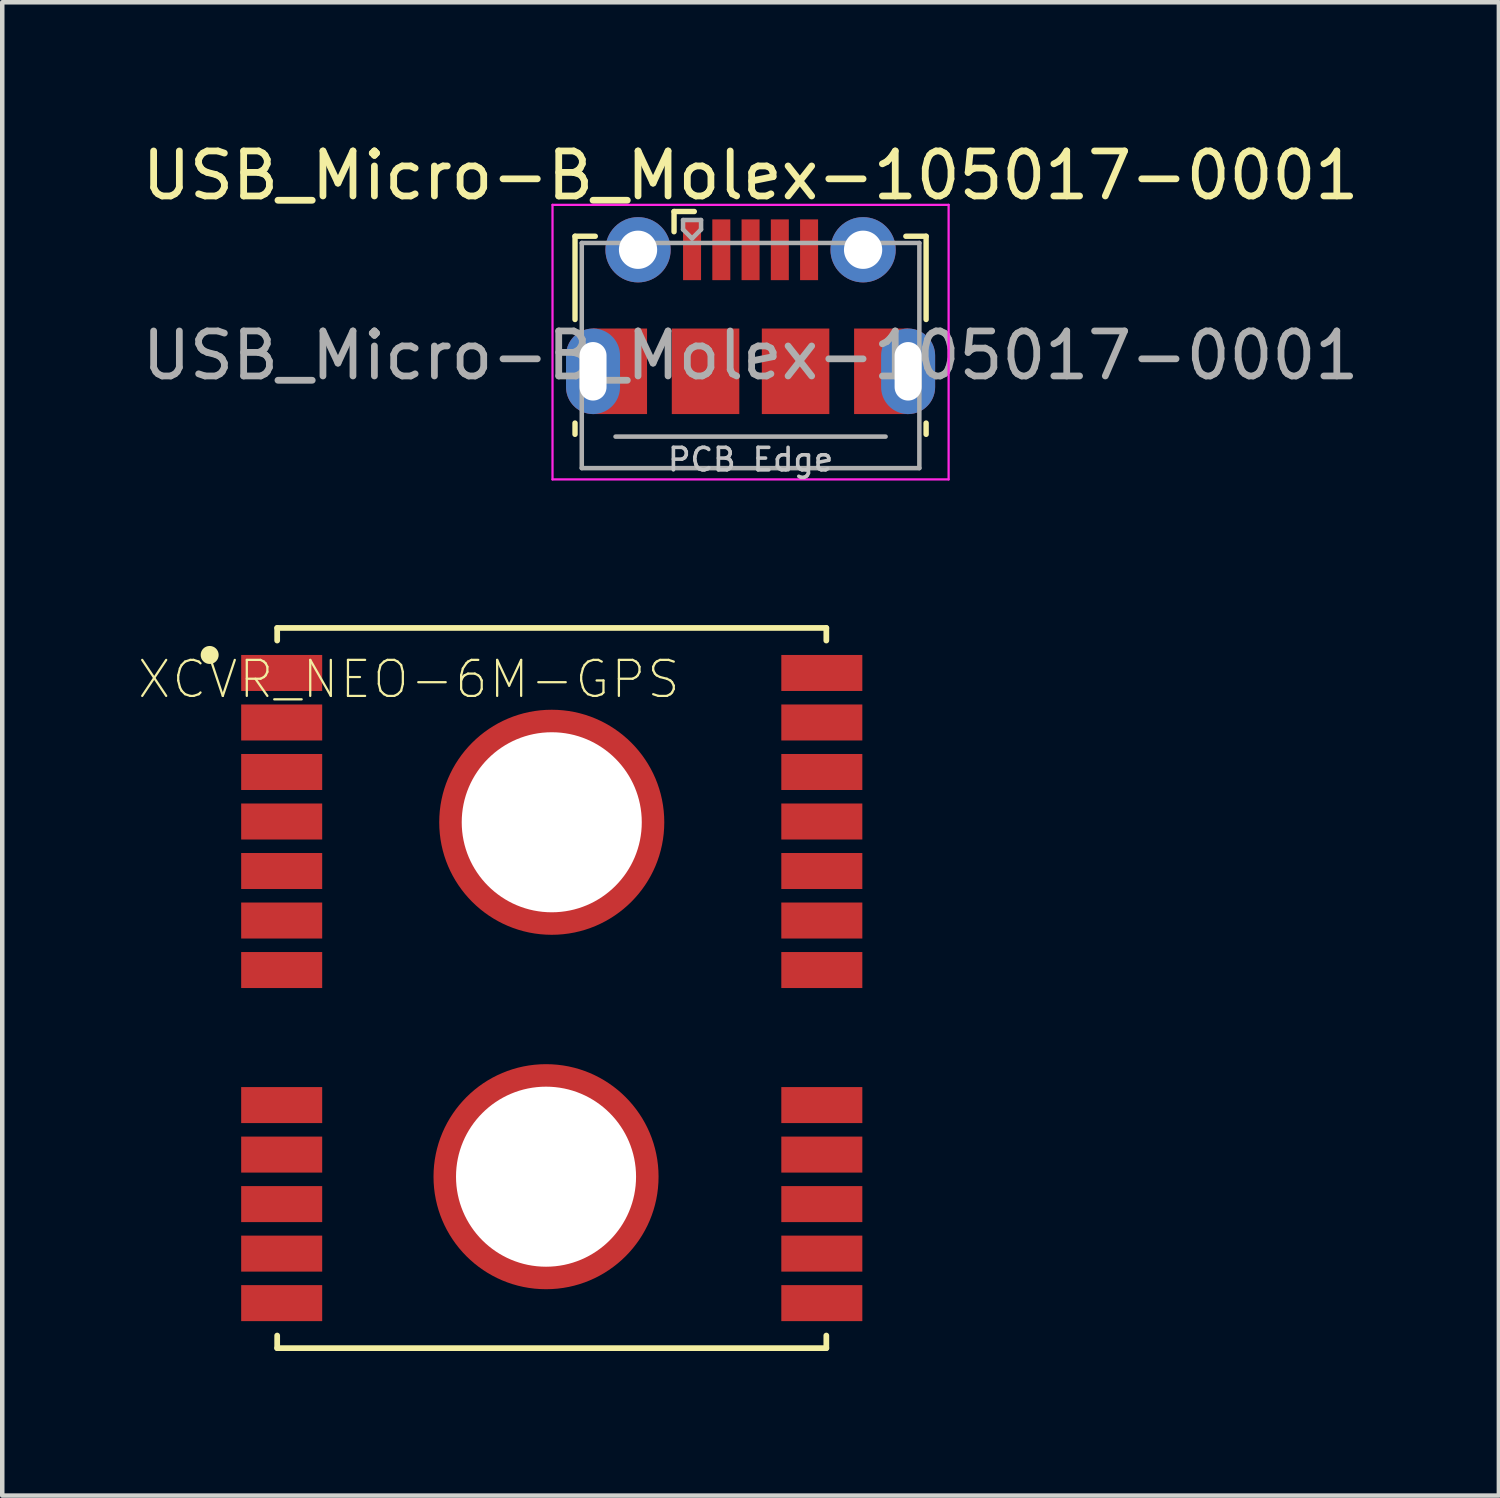
<source format=kicad_pcb>
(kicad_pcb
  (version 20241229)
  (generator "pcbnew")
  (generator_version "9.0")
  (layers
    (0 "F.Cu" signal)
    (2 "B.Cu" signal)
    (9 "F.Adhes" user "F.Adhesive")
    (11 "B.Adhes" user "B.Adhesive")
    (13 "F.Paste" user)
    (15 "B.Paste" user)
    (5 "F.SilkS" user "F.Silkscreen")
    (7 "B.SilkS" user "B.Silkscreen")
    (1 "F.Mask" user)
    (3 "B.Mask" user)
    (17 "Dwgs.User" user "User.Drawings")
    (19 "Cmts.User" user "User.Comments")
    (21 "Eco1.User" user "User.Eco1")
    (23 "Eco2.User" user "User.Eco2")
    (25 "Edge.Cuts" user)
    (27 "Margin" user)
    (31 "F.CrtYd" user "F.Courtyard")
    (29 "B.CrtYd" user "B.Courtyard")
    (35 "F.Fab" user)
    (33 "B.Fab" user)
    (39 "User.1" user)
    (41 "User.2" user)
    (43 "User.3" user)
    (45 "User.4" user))
  (footprint "XCVR_NEO-6M-GPS"
    (layer "F.Cu")
    (at 9.208 18.901)
    (property "Reference" "XCVR_NEO-6M-GPS" (at -3.175 -6.858 180) (layer "F.SilkS") (effects (font (size 0.8 0.8) (thickness 0.05))))
    (attr smd)
    (fp_line (start -6.1 -8) (end 6.1 -8) (stroke (width 0.127) (type solid)) (layer "F.SilkS"))
    (fp_line (start -6.1 -7.72) (end -6.1 -8) (stroke (width 0.127) (type solid)) (layer "F.SilkS"))
    (fp_line (start -6.1 7.72) (end -6.1 8) (stroke (width 0.127) (type solid)) (layer "F.SilkS"))
    (fp_line (start -6.1 8) (end 6.1 8) (stroke (width 0.127) (type solid)) (layer "F.SilkS"))
    (fp_line (start 6.1 -8) (end 6.1 -7.72) (stroke (width 0.127) (type solid)) (layer "F.SilkS"))
    (fp_line (start 6.1 8) (end 6.1 7.72) (stroke (width 0.127) (type solid)) (layer "F.SilkS"))
    (fp_circle (center -7.6 -7.4) (end -7.5 -7.4) (stroke (width 0.2) (type solid)) (fill no) (layer "F.SilkS"))
    (fp_poly (pts (xy -7.3 -6.6) (xy -6.1 -6.6) (xy -6.1 -6.7) (xy -5.2 -6.7) (xy -5.2 -7.3) (xy -6.1 -7.3) (xy -6.1 -7.4) (xy -7.3 -7.4)) (stroke (width 0.0001) (type solid)) (fill yes) (layer "F.Paste"))
    (fp_poly (pts (xy -7.3 -5.5) (xy -6.1 -5.5) (xy -6.1 -5.6) (xy -5.2 -5.6) (xy -5.2 -6.2) (xy -6.1 -6.2) (xy -6.1 -6.3) (xy -7.3 -6.3)) (stroke (width 0.0001) (type solid)) (fill yes) (layer "F.Paste"))
    (fp_poly (pts (xy -7.3 -4.4) (xy -6.1 -4.4) (xy -6.1 -4.5) (xy -5.2 -4.5) (xy -5.2 -5.1) (xy -6.1 -5.1) (xy -6.1 -5.2) (xy -7.3 -5.2)) (stroke (width 0.0001) (type solid)) (fill yes) (layer "F.Paste"))
    (fp_poly (pts (xy -7.3 -3.3) (xy -6.1 -3.3) (xy -6.1 -3.4) (xy -5.2 -3.4) (xy -5.2 -4) (xy -6.1 -4) (xy -6.1 -4.1) (xy -7.3 -4.1)) (stroke (width 0.0001) (type solid)) (fill yes) (layer "F.Paste"))
    (fp_poly (pts (xy -7.3 -2.2) (xy -6.1 -2.2) (xy -6.1 -2.3) (xy -5.2 -2.3) (xy -5.2 -2.9) (xy -6.1 -2.9) (xy -6.1 -3) (xy -7.3 -3)) (stroke (width 0.0001) (type solid)) (fill yes) (layer "F.Paste"))
    (fp_poly (pts (xy -7.3 -1.1) (xy -6.1 -1.1) (xy -6.1 -1.2) (xy -5.2 -1.2) (xy -5.2 -1.8) (xy -6.1 -1.8) (xy -6.1 -1.9) (xy -7.3 -1.9)) (stroke (width 0.0001) (type solid)) (fill yes) (layer "F.Paste"))
    (fp_poly (pts (xy -7.3 0) (xy -6.1 0) (xy -6.1 -0.1) (xy -5.2 -0.1) (xy -5.2 -0.7) (xy -6.1 -0.7) (xy -6.1 -0.8) (xy -7.3 -0.8)) (stroke (width 0.0001) (type solid)) (fill yes) (layer "F.Paste"))
    (fp_poly (pts (xy -7.3 2.2) (xy -6.1 2.2) (xy -6.1 2.3) (xy -5.2 2.3) (xy -5.2 2.9) (xy -6.1 2.9) (xy -6.1 3) (xy -7.3 3)) (stroke (width 0.0001) (type solid)) (fill yes) (layer "F.Paste"))
    (fp_poly (pts (xy -7.3 3.3) (xy -6.1 3.3) (xy -6.1 3.4) (xy -5.2 3.4) (xy -5.2 4) (xy -6.1 4) (xy -6.1 4.1) (xy -7.3 4.1)) (stroke (width 0.0001) (type solid)) (fill yes) (layer "F.Paste"))
    (fp_poly (pts (xy -7.3 4.4) (xy -6.1 4.4) (xy -6.1 4.5) (xy -5.2 4.5) (xy -5.2 5.1) (xy -6.1 5.1) (xy -6.1 5.2) (xy -7.3 5.2)) (stroke (width 0.0001) (type solid)) (fill yes) (layer "F.Paste"))
    (fp_poly (pts (xy -7.3 5.5) (xy -6.1 5.5) (xy -6.1 5.6) (xy -5.2 5.6) (xy -5.2 6.2) (xy -6.1 6.2) (xy -6.1 6.3) (xy -7.3 6.3)) (stroke (width 0.0001) (type solid)) (fill yes) (layer "F.Paste"))
    (fp_poly (pts (xy -7.3 6.6) (xy -6.1 6.6) (xy -6.1 6.7) (xy -5.2 6.7) (xy -5.2 7.3) (xy -6.1 7.3) (xy -6.1 7.4) (xy -7.3 7.4)) (stroke (width 0.0001) (type solid)) (fill yes) (layer "F.Paste"))
    (fp_poly (pts (xy 7.3 -6.6) (xy 6.1 -6.6) (xy 6.1 -6.7) (xy 5.2 -6.7) (xy 5.2 -7.3) (xy 6.1 -7.3) (xy 6.1 -7.4) (xy 7.3 -7.4)) (stroke (width 0.0001) (type solid)) (fill yes) (layer "F.Paste"))
    (fp_poly (pts (xy 7.3 -5.5) (xy 6.1 -5.5) (xy 6.1 -5.6) (xy 5.2 -5.6) (xy 5.2 -6.2) (xy 6.1 -6.2) (xy 6.1 -6.3) (xy 7.3 -6.3)) (stroke (width 0.0001) (type solid)) (fill yes) (layer "F.Paste"))
    (fp_poly (pts (xy 7.3 -4.4) (xy 6.1 -4.4) (xy 6.1 -4.5) (xy 5.2 -4.5) (xy 5.2 -5.1) (xy 6.1 -5.1) (xy 6.1 -5.2) (xy 7.3 -5.2)) (stroke (width 0.0001) (type solid)) (fill yes) (layer "F.Paste"))
    (fp_poly (pts (xy 7.3 -3.3) (xy 6.1 -3.3) (xy 6.1 -3.4) (xy 5.2 -3.4) (xy 5.2 -4) (xy 6.1 -4) (xy 6.1 -4.1) (xy 7.3 -4.1)) (stroke (width 0.0001) (type solid)) (fill yes) (layer "F.Paste"))
    (fp_poly (pts (xy 7.3 -2.2) (xy 6.1 -2.2) (xy 6.1 -2.3) (xy 5.2 -2.3) (xy 5.2 -2.9) (xy 6.1 -2.9) (xy 6.1 -3) (xy 7.3 -3)) (stroke (width 0.0001) (type solid)) (fill yes) (layer "F.Paste"))
    (fp_poly (pts (xy 7.3 -1.1) (xy 6.1 -1.1) (xy 6.1 -1.2) (xy 5.2 -1.2) (xy 5.2 -1.8) (xy 6.1 -1.8) (xy 6.1 -1.9) (xy 7.3 -1.9)) (stroke (width 0.0001) (type solid)) (fill yes) (layer "F.Paste"))
    (fp_poly (pts (xy 7.3 0) (xy 6.1 0) (xy 6.1 -0.1) (xy 5.2 -0.1) (xy 5.2 -0.7) (xy 6.1 -0.7) (xy 6.1 -0.8) (xy 7.3 -0.8)) (stroke (width 0.0001) (type solid)) (fill yes) (layer "F.Paste"))
    (fp_poly (pts (xy 7.3 2.2) (xy 6.1 2.2) (xy 6.1 2.3) (xy 5.2 2.3) (xy 5.2 2.9) (xy 6.1 2.9) (xy 6.1 3) (xy 7.3 3)) (stroke (width 0.0001) (type solid)) (fill yes) (layer "F.Paste"))
    (fp_poly (pts (xy 7.3 3.3) (xy 6.1 3.3) (xy 6.1 3.4) (xy 5.2 3.4) (xy 5.2 4) (xy 6.1 4) (xy 6.1 4.1) (xy 7.3 4.1)) (stroke (width 0.0001) (type solid)) (fill yes) (layer "F.Paste"))
    (fp_poly (pts (xy 7.3 4.4) (xy 6.1 4.4) (xy 6.1 4.5) (xy 5.2 4.5) (xy 5.2 5.1) (xy 6.1 5.1) (xy 6.1 5.2) (xy 7.3 5.2)) (stroke (width 0.0001) (type solid)) (fill yes) (layer "F.Paste"))
    (fp_poly (pts (xy 7.3 5.5) (xy 6.1 5.5) (xy 6.1 5.6) (xy 5.2 5.6) (xy 5.2 6.2) (xy 6.1 6.2) (xy 6.1 6.3) (xy 7.3 6.3)) (stroke (width 0.0001) (type solid)) (fill yes) (layer "F.Paste"))
    (fp_poly (pts (xy 7.3 6.6) (xy 6.1 6.6) (xy 6.1 6.7) (xy 5.2 6.7) (xy 5.2 7.3) (xy 6.1 7.3) (xy 6.1 7.4) (xy 7.3 7.4)) (stroke (width 0.0001) (type solid)) (fill yes) (layer "F.Paste"))
    (fp_line (start -7.15 -8.25) (end 7.15 -8.25) (stroke (width 0.05) (type solid)) (layer "Eco1.User"))
    (fp_line (start -7.15 8.25) (end -7.15 -8.25) (stroke (width 0.05) (type solid)) (layer "Eco1.User"))
    (fp_line (start 7.15 -8.25) (end 7.15 8.25) (stroke (width 0.05) (type solid)) (layer "Eco1.User"))
    (fp_line (start 7.15 8.25) (end -7.15 8.25) (stroke (width 0.05) (type solid)) (layer "Eco1.User"))
    (fp_line (start -6.1 -8) (end 6.1 -8) (stroke (width 0.127) (type solid)) (layer "Eco2.User"))
    (fp_line (start -6.1 8) (end -6.1 -8) (stroke (width 0.127) (type solid)) (layer "Eco2.User"))
    (fp_line (start 6.1 -8) (end 6.1 8) (stroke (width 0.127) (type solid)) (layer "Eco2.User"))
    (fp_line (start 6.1 8) (end -6.1 8) (stroke (width 0.127) (type solid)) (layer "Eco2.User"))
    (fp_circle (center -7.6 -7.4) (end -7.5 -7.4) (stroke (width 0.2) (type solid)) (fill no) (layer "Eco2.User"))
    (pad "" np_thru_hole circle (at -0.127 4.191) (size 5 5) (drill 4) (layers "*.Mask" "F.Cu"))
    (pad "" np_thru_hole circle (at 0 -3.683) (size 5 5) (drill 4) (layers "*.Mask" "F.Cu"))
    (pad "1" smd rect (at -6 -7 180) (size 1.8 0.8) (layers "F.Cu" "F.Mask" "F.Paste"))
    (pad "2" smd rect (at -6 -5.9 180) (size 1.8 0.8) (layers "F.Cu" "F.Mask" "F.Paste"))
    (pad "3" smd rect (at -6 -4.8 180) (size 1.8 0.8) (layers "F.Cu" "F.Mask" "F.Paste"))
    (pad "4" smd rect (at -6 -3.7 180) (size 1.8 0.8) (layers "F.Cu" "F.Mask" "F.Paste"))
    (pad "5" smd rect (at -6 -2.6 180) (size 1.8 0.8) (layers "F.Cu" "F.Mask" "F.Paste"))
    (pad "6" smd rect (at -6 -1.5 180) (size 1.8 0.8) (layers "F.Cu" "F.Mask" "F.Paste"))
    (pad "7" smd rect (at -6 -0.4 180) (size 1.8 0.8) (layers "F.Cu" "F.Mask" "F.Paste"))
    (pad "8" smd rect (at -6 2.6 180) (size 1.8 0.8) (layers "F.Cu" "F.Mask" "F.Paste"))
    (pad "9" smd rect (at -6 3.7 180) (size 1.8 0.8) (layers "F.Cu" "F.Mask" "F.Paste"))
    (pad "10" smd rect (at -6 4.8 180) (size 1.8 0.8) (layers "F.Cu" "F.Mask" "F.Paste"))
    (pad "11" smd rect (at -6 5.9 180) (size 1.8 0.8) (layers "F.Cu" "F.Mask" "F.Paste"))
    (pad "12" smd rect (at -6 7 180) (size 1.8 0.8) (layers "F.Cu" "F.Mask" "F.Paste"))
    (pad "13" smd rect (at 6 7 180) (size 1.8 0.8) (layers "F.Cu" "F.Mask" "F.Paste"))
    (pad "14" smd rect (at 6 5.9 180) (size 1.8 0.8) (layers "F.Cu" "F.Mask" "F.Paste"))
    (pad "15" smd rect (at 6 4.8 180) (size 1.8 0.8) (layers "F.Cu" "F.Mask" "F.Paste"))
    (pad "16" smd rect (at 6 3.7 180) (size 1.8 0.8) (layers "F.Cu" "F.Mask" "F.Paste"))
    (pad "17" smd rect (at 6 2.6 180) (size 1.8 0.8) (layers "F.Cu" "F.Mask" "F.Paste"))
    (pad "18" smd rect (at 6 -0.4 180) (size 1.8 0.8) (layers "F.Cu" "F.Mask" "F.Paste"))
    (pad "19" smd rect (at 6 -1.5 180) (size 1.8 0.8) (layers "F.Cu" "F.Mask" "F.Paste"))
    (pad "20" smd rect (at 6 -2.6 180) (size 1.8 0.8) (layers "F.Cu" "F.Mask" "F.Paste"))
    (pad "21" smd rect (at 6 -3.7 180) (size 1.8 0.8) (layers "F.Cu" "F.Mask" "F.Paste"))
    (pad "22" smd rect (at 6 -4.8 180) (size 1.8 0.8) (layers "F.Cu" "F.Mask" "F.Paste"))
    (pad "23" smd rect (at 6 -5.9 180) (size 1.8 0.8) (layers "F.Cu" "F.Mask" "F.Paste"))
    (pad "24" smd rect (at 6 -7 180) (size 1.8 0.8) (layers "F.Cu" "F.Mask" "F.Paste")))
  (footprint "USB_Micro-B_Molex-105017-0001"
    (layer "F.Cu")
    (at 13.625 3.961)
    (property "Reference" "USB_Micro-B_Molex-105017-0001" (at 0 -3.112 0) (layer "F.SilkS") (effects (font (size 1 1) (thickness 0.15))))
    (attr smd)
    (fp_line (start -3.9 -1.762) (end -3.45 -1.762) (stroke (width 0.12) (type solid)) (layer "F.SilkS"))
    (fp_line (start -3.9 0.087) (end -3.9 -1.762) (stroke (width 0.12) (type solid)) (layer "F.SilkS"))
    (fp_line (start -3.9 2.638) (end -3.9 2.388) (stroke (width 0.12) (type solid)) (layer "F.SilkS"))
    (fp_line (start -1.7 -2.312) (end -1.7 -1.863) (stroke (width 0.12) (type solid)) (layer "F.SilkS"))
    (fp_line (start -1.7 -2.312) (end -1.25 -2.312) (stroke (width 0.12) (type solid)) (layer "F.SilkS"))
    (fp_line (start 3.9 -1.762) (end 3.45 -1.762) (stroke (width 0.12) (type solid)) (layer "F.SilkS"))
    (fp_line (start 3.9 0.087) (end 3.9 -1.762) (stroke (width 0.12) (type solid)) (layer "F.SilkS"))
    (fp_line (start 3.9 2.638) (end 3.9 2.388) (stroke (width 0.12) (type solid)) (layer "F.SilkS"))
    (fp_line (start -4.4 -2.46) (end 4.4 -2.46) (stroke (width 0.05) (type solid)) (layer "F.CrtYd"))
    (fp_line (start -4.4 3.64) (end -4.4 -2.46) (stroke (width 0.05) (type solid)) (layer "F.CrtYd"))
    (fp_line (start -4.4 3.64) (end 4.4 3.64) (stroke (width 0.05) (type solid)) (layer "F.CrtYd"))
    (fp_line (start 4.4 -2.46) (end 4.4 3.64) (stroke (width 0.05) (type solid)) (layer "F.CrtYd"))
    (fp_line (start -3.75 -1.613) (end 3.75 -1.613) (stroke (width 0.1) (type solid)) (layer "F.Fab"))
    (fp_line (start -3.75 3.388) (end -3.75 -1.613) (stroke (width 0.1) (type solid)) (layer "F.Fab"))
    (fp_line (start -3.75 3.389) (end 3.75 3.389) (stroke (width 0.1) (type solid)) (layer "F.Fab"))
    (fp_line (start -3 2.689) (end 3 2.689) (stroke (width 0.1) (type solid)) (layer "F.Fab"))
    (fp_line (start -1.5 -2.123) (end -1.5 -1.913) (stroke (width 0.1) (type solid)) (layer "F.Fab"))
    (fp_line (start -1.5 -2.123) (end -1.1 -2.123) (stroke (width 0.1) (type solid)) (layer "F.Fab"))
    (fp_line (start -1.3 -1.712) (end -1.5 -1.913) (stroke (width 0.1) (type solid)) (layer "F.Fab"))
    (fp_line (start -1.1 -2.123) (end -1.1 -1.913) (stroke (width 0.1) (type solid)) (layer "F.Fab"))
    (fp_line (start -1.1 -1.913) (end -1.3 -1.712) (stroke (width 0.1) (type solid)) (layer "F.Fab"))
    (fp_line (start 3.75 3.388) (end 3.75 -1.613) (stroke (width 0.1) (type solid)) (layer "F.Fab"))
    (fp_text user "PCB Edge" (at 0 3.2 0) (layer "Dwgs.User") (effects (font (size 0.5 0.5) (thickness 0.08))))
    (fp_text user "${REFERENCE}" (at 0 0.887 0) (layer "F.Fab") (effects (font (size 1 1) (thickness 0.15))))
    (pad "1" smd rect (at -1.3 -1.462) (size 0.4 1.35) (layers "F.Cu" "F.Mask" "F.Paste"))
    (pad "2" smd rect (at -0.65 -1.462) (size 0.4 1.35) (layers "F.Cu" "F.Mask" "F.Paste"))
    (pad "3" smd rect (at 0 -1.462) (size 0.4 1.35) (layers "F.Cu" "F.Mask" "F.Paste"))
    (pad "4" smd rect (at 0.65 -1.462) (size 0.4 1.35) (layers "F.Cu" "F.Mask" "F.Paste"))
    (pad "5" smd rect (at 1.3 -1.462) (size 0.4 1.35) (layers "F.Cu" "F.Mask" "F.Paste"))
    (pad "6" thru_hole oval (at -3.5 1.238 180) (size 1.2 1.9) (drill oval 0.6 1.3) (layers "*.Cu" "*.Mask"))
    (pad "6" smd rect (at -2.9 1.238) (size 1.2 1.9) (layers "F.Cu" "F.Mask"))
    (pad "6" thru_hole circle (at -2.5 -1.462) (size 1.45 1.45) (drill 0.85) (layers "*.Cu" "*.Mask"))
    (pad "6" smd rect (at -1 1.238) (size 1.5 1.9) (layers "F.Cu" "F.Mask" "F.Paste"))
    (pad "6" smd rect (at 1 1.238) (size 1.5 1.9) (layers "F.Cu" "F.Mask" "F.Paste"))
    (pad "6" thru_hole circle (at 2.5 -1.462) (size 1.45 1.45) (drill 0.85) (layers "*.Cu" "*.Mask"))
    (pad "6" smd rect (at 2.9 1.238) (size 1.2 1.9) (layers "F.Cu" "F.Mask"))
    (pad "6" thru_hole oval (at 3.5 1.238) (size 1.2 1.9) (drill oval 0.6 1.3) (layers "*.Cu" "*.Mask")))
  (gr_rect
    (start -3 -3)
    (end 30.25 30.176)
    (stroke (width 0.1) (type default))
    (fill no)
    (layer "Edge.Cuts")))
</source>
